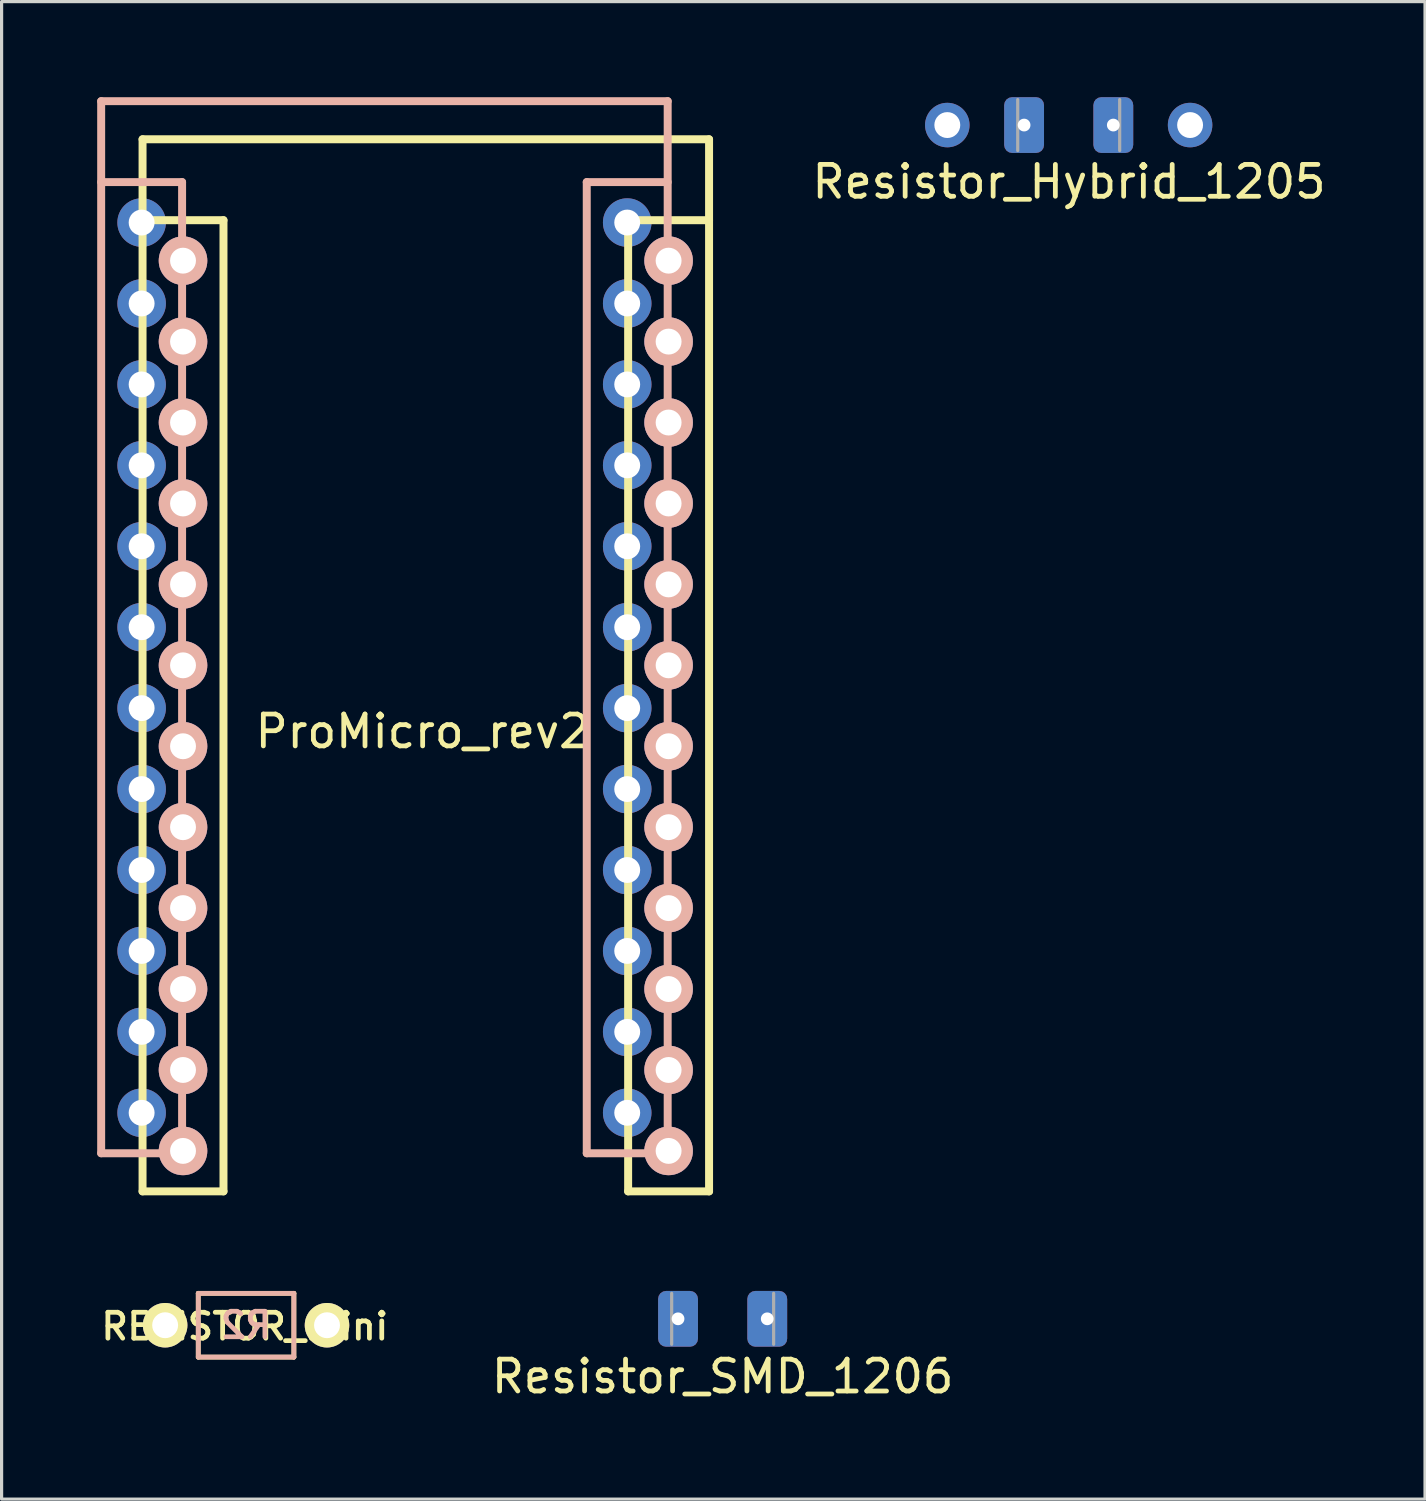
<source format=kicad_pcb>
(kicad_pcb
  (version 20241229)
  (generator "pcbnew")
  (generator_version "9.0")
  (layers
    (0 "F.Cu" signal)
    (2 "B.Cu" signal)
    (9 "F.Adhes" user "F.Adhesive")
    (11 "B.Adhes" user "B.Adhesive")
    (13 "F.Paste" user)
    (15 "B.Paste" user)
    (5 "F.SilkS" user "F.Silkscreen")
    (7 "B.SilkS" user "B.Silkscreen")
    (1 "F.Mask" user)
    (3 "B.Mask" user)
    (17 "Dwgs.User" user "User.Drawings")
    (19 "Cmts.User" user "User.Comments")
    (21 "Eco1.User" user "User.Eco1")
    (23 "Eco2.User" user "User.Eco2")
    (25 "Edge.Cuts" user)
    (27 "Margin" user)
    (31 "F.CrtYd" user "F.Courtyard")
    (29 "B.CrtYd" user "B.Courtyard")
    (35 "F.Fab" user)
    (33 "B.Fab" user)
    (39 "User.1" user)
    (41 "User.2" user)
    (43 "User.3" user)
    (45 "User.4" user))
  (footprint "Resistor_Hybrid_1205"
    (layer "F.Cu")
    (at 30.491 0.875)
    (property "Reference" "Resistor_Hybrid_1205" (at 0.01 1.78 0) (layer "F.SilkS") (effects (font (size 1 1) (thickness 0.15))))
    (attr through_hole)
    (fp_line (start -1.6 0.8) (end -1.6 -0.8) (stroke (width 0.1) (type solid)) (layer "F.Fab"))
    (fp_line (start 1.6 -0.8) (end 1.6 0.8) (stroke (width 0.1) (type solid)) (layer "F.Fab"))
    (pad "1" thru_hole circle (at -3.81 0) (size 1.397 1.397) (drill 0.813) (layers "*.Cu" "*.Mask"))
    (pad "1" thru_hole circle (at -1.4 0) (size 0.8 0.8) (drill 0.4) (layers "*.Cu" "*.Mask"))
    (pad "1" smd roundrect (at -1.4 0) (size 1.25 1.75) (layers "F.Cu" "F.Mask" "F.Paste") (roundrect_rratio 0.2))
    (pad "1" smd roundrect (at -1.4 0) (size 1.25 1.75) (layers "B.Cu" "B.Mask" "B.Paste") (roundrect_rratio 0.2))
    (pad "2" thru_hole circle (at 1.4 0) (size 0.8 0.8) (drill 0.4) (layers "*.Cu" "*.Mask"))
    (pad "2" smd roundrect (at 1.4 0) (size 1.25 1.75) (layers "F.Cu" "F.Mask" "F.Paste") (roundrect_rratio 0.2))
    (pad "2" smd roundrect (at 1.4 0) (size 1.25 1.75) (layers "B.Cu" "B.Mask" "B.Paste") (roundrect_rratio 0.2))
    (pad "2" thru_hole circle (at 3.81 0) (size 1.397 1.397) (drill 0.813) (layers "*.Cu" "*.Mask")))
  (footprint "ProMicro_rev2"
    (layer "F.Cu")
    (at 10.215 18.705)
    (property "Reference" "ProMicro_rev2" (at 0 1.2 0) (layer "F.SilkS") (effects (font (size 1 1) (thickness 0.15))))
    (attr through_hole)
    (fp_line (start -8.791 -17.384) (end -8.791 15.636) (stroke (width 0.25) (type solid)) (layer "F.SilkS"))
    (fp_line (start -8.791 -14.844) (end -8.791 15.636) (stroke (width 0.15) (type solid)) (layer "F.SilkS"))
    (fp_line (start -8.791 15.636) (end -6.251 15.636) (stroke (width 0.25) (type solid)) (layer "F.SilkS"))
    (fp_line (start -6.251 -14.844) (end -8.791 -14.844) (stroke (width 0.25) (type solid)) (layer "F.SilkS"))
    (fp_line (start -6.251 15.636) (end -6.251 -14.844) (stroke (width 0.25) (type solid)) (layer "F.SilkS"))
    (fp_line (start 6.449 -14.844) (end 6.449 15.636) (stroke (width 0.25) (type solid)) (layer "F.SilkS"))
    (fp_line (start 6.449 15.636) (end 8.989 15.636) (stroke (width 0.25) (type solid)) (layer "F.SilkS"))
    (fp_line (start 8.989 -17.384) (end -8.791 -17.384) (stroke (width 0.25) (type solid)) (layer "F.SilkS"))
    (fp_line (start 8.989 -14.844) (end 6.449 -14.844) (stroke (width 0.25) (type solid)) (layer "F.SilkS"))
    (fp_line (start 8.989 15.636) (end 8.989 -17.384) (stroke (width 0.25) (type solid)) (layer "F.SilkS"))
    (fp_line (start 8.989 15.636) (end 8.989 -14.844) (stroke (width 0.15) (type solid)) (layer "F.SilkS"))
    (fp_line (start -10.09 -18.58) (end 7.69 -18.58) (stroke (width 0.25) (type solid)) (layer "B.SilkS"))
    (fp_line (start -10.09 -16.04) (end -7.55 -16.04) (stroke (width 0.25) (type solid)) (layer "B.SilkS"))
    (fp_line (start -10.09 14.44) (end -10.09 -18.58) (stroke (width 0.25) (type solid)) (layer "B.SilkS"))
    (fp_line (start -10.09 14.44) (end -10.09 -16.04) (stroke (width 0.15) (type solid)) (layer "B.SilkS"))
    (fp_line (start -7.55 -16.04) (end -7.55 14.44) (stroke (width 0.25) (type solid)) (layer "B.SilkS"))
    (fp_line (start -7.55 14.44) (end -10.09 14.44) (stroke (width 0.25) (type solid)) (layer "B.SilkS"))
    (fp_line (start 5.15 -16.04) (end 7.69 -16.04) (stroke (width 0.25) (type solid)) (layer "B.SilkS"))
    (fp_line (start 5.15 14.44) (end 5.15 -16.04) (stroke (width 0.25) (type solid)) (layer "B.SilkS"))
    (fp_line (start 7.69 -18.58) (end 7.69 14.44) (stroke (width 0.25) (type solid)) (layer "B.SilkS"))
    (fp_line (start 7.69 -16.04) (end 7.69 14.44) (stroke (width 0.15) (type solid)) (layer "B.SilkS"))
    (fp_line (start 7.69 14.44) (end 5.15 14.44) (stroke (width 0.25) (type solid)) (layer "B.SilkS"))
    (pad "1" thru_hole circle (at -8.82 -14.77) (size 1.524 1.524) (drill 0.813) (layers "*.Cu" "*.Mask"))
    (pad "1" thru_hole circle (at 7.719 -13.574 180) (size 1.524 1.524) (drill 0.813) (layers "*.Cu" "*.Mask" "B.SilkS"))
    (pad "2" thru_hole circle (at -8.82 -12.23) (size 1.524 1.524) (drill 0.813) (layers "*.Cu" "*.Mask"))
    (pad "2" thru_hole circle (at 7.719 -11.034 180) (size 1.524 1.524) (drill 0.813) (layers "*.Cu" "*.Mask" "B.SilkS"))
    (pad "3" thru_hole circle (at -8.82 -9.69) (size 1.524 1.524) (drill 0.813) (layers "*.Cu" "*.Mask"))
    (pad "3" thru_hole circle (at 7.719 -8.494 180) (size 1.524 1.524) (drill 0.813) (layers "*.Cu" "*.Mask" "B.SilkS"))
    (pad "4" thru_hole circle (at -8.82 -7.15) (size 1.524 1.524) (drill 0.813) (layers "*.Cu" "*.Mask"))
    (pad "4" thru_hole circle (at 7.719 -5.954 180) (size 1.524 1.524) (drill 0.813) (layers "*.Cu" "*.Mask" "B.SilkS"))
    (pad "5" thru_hole circle (at -8.82 -4.61) (size 1.524 1.524) (drill 0.813) (layers "*.Cu" "*.Mask"))
    (pad "5" thru_hole circle (at 7.719 -3.414 180) (size 1.524 1.524) (drill 0.813) (layers "*.Cu" "*.Mask" "B.SilkS"))
    (pad "6" thru_hole circle (at -8.82 -2.07) (size 1.524 1.524) (drill 0.813) (layers "*.Cu" "*.Mask"))
    (pad "6" thru_hole circle (at 7.719 -0.874 180) (size 1.524 1.524) (drill 0.813) (layers "*.Cu" "*.Mask" "B.SilkS"))
    (pad "7" thru_hole circle (at -8.82 0.47) (size 1.524 1.524) (drill 0.813) (layers "*.Cu" "*.Mask"))
    (pad "7" thru_hole circle (at 7.719 1.666 180) (size 1.524 1.524) (drill 0.813) (layers "*.Cu" "*.Mask" "B.SilkS"))
    (pad "8" thru_hole circle (at -8.82 3.01) (size 1.524 1.524) (drill 0.813) (layers "*.Cu" "*.Mask"))
    (pad "8" thru_hole circle (at 7.719 4.206 180) (size 1.524 1.524) (drill 0.813) (layers "*.Cu" "*.Mask" "B.SilkS"))
    (pad "9" thru_hole circle (at -8.82 5.55) (size 1.524 1.524) (drill 0.813) (layers "*.Cu" "*.Mask"))
    (pad "9" thru_hole circle (at 7.719 6.746 180) (size 1.524 1.524) (drill 0.813) (layers "*.Cu" "*.Mask" "B.SilkS"))
    (pad "10" thru_hole circle (at -8.82 8.09) (size 1.524 1.524) (drill 0.813) (layers "*.Cu" "*.Mask"))
    (pad "10" thru_hole circle (at 7.719 9.286 180) (size 1.524 1.524) (drill 0.813) (layers "*.Cu" "*.Mask" "B.SilkS"))
    (pad "11" thru_hole circle (at -8.82 10.63) (size 1.524 1.524) (drill 0.813) (layers "*.Cu" "*.Mask"))
    (pad "11" thru_hole circle (at 7.719 11.826 180) (size 1.524 1.524) (drill 0.813) (layers "*.Cu" "*.Mask" "B.SilkS"))
    (pad "12" thru_hole circle (at -8.82 13.17) (size 1.524 1.524) (drill 0.813) (layers "*.Cu" "*.Mask"))
    (pad "12" thru_hole circle (at 7.719 14.366 180) (size 1.524 1.524) (drill 0.813) (layers "*.Cu" "*.Mask" "B.SilkS"))
    (pad "13" thru_hole circle (at -7.521 14.366 180) (size 1.524 1.524) (drill 0.813) (layers "*.Cu" "*.Mask" "B.SilkS"))
    (pad "13" thru_hole circle (at 6.42 13.17) (size 1.524 1.524) (drill 0.813) (layers "*.Cu" "*.Mask"))
    (pad "14" thru_hole circle (at -7.521 11.826 180) (size 1.524 1.524) (drill 0.813) (layers "*.Cu" "*.Mask" "B.SilkS"))
    (pad "14" thru_hole circle (at 6.42 10.63) (size 1.524 1.524) (drill 0.813) (layers "*.Cu" "*.Mask"))
    (pad "15" thru_hole circle (at -7.521 9.286 180) (size 1.524 1.524) (drill 0.813) (layers "*.Cu" "*.Mask" "B.SilkS"))
    (pad "15" thru_hole circle (at 6.42 8.09) (size 1.524 1.524) (drill 0.813) (layers "*.Cu" "*.Mask"))
    (pad "16" thru_hole circle (at -7.521 6.746 180) (size 1.524 1.524) (drill 0.813) (layers "*.Cu" "*.Mask" "B.SilkS"))
    (pad "16" thru_hole circle (at 6.42 5.55) (size 1.524 1.524) (drill 0.813) (layers "*.Cu" "*.Mask"))
    (pad "17" thru_hole circle (at -7.521 4.206 180) (size 1.524 1.524) (drill 0.813) (layers "*.Cu" "*.Mask" "B.SilkS"))
    (pad "17" thru_hole circle (at 6.42 3.01) (size 1.524 1.524) (drill 0.813) (layers "*.Cu" "*.Mask"))
    (pad "18" thru_hole circle (at -7.521 1.666 180) (size 1.524 1.524) (drill 0.813) (layers "*.Cu" "*.Mask" "B.SilkS"))
    (pad "18" thru_hole circle (at 6.42 0.47) (size 1.524 1.524) (drill 0.813) (layers "*.Cu" "*.Mask"))
    (pad "19" thru_hole circle (at -7.521 -0.874 180) (size 1.524 1.524) (drill 0.813) (layers "*.Cu" "*.Mask" "B.SilkS"))
    (pad "19" thru_hole circle (at 6.42 -2.07) (size 1.524 1.524) (drill 0.813) (layers "*.Cu" "*.Mask"))
    (pad "20" thru_hole circle (at -7.521 -3.414 180) (size 1.524 1.524) (drill 0.813) (layers "*.Cu" "*.Mask" "B.SilkS"))
    (pad "20" thru_hole circle (at 6.42 -4.61) (size 1.524 1.524) (drill 0.813) (layers "*.Cu" "*.Mask"))
    (pad "21" thru_hole circle (at -7.521 -5.954 180) (size 1.524 1.524) (drill 0.813) (layers "*.Cu" "*.Mask" "B.SilkS"))
    (pad "21" thru_hole circle (at 6.42 -7.15) (size 1.524 1.524) (drill 0.813) (layers "*.Cu" "*.Mask"))
    (pad "22" thru_hole circle (at -7.521 -8.494 180) (size 1.524 1.524) (drill 0.813) (layers "*.Cu" "*.Mask" "B.SilkS"))
    (pad "22" thru_hole circle (at 6.42 -9.69) (size 1.524 1.524) (drill 0.813) (layers "*.Cu" "*.Mask"))
    (pad "23" thru_hole circle (at -7.521 -11.034 180) (size 1.524 1.524) (drill 0.813) (layers "*.Cu" "*.Mask" "B.SilkS"))
    (pad "23" thru_hole circle (at 6.42 -12.23) (size 1.524 1.524) (drill 0.813) (layers "*.Cu" "*.Mask"))
    (pad "24" thru_hole circle (at -7.521 -13.574 180) (size 1.524 1.524) (drill 0.813) (layers "*.Cu" "*.Mask" "B.SilkS"))
    (pad "24" thru_hole circle (at 6.42 -14.77) (size 1.524 1.524) (drill 0.813) (layers "*.Cu" "*.Mask")))
  (footprint "Resistor_SMD_1206"
    (layer "F.Cu")
    (at 19.63 38.341)
    (property "Reference" "Resistor_SMD_1206" (at 0 1.81 0) (layer "F.SilkS") (effects (font (size 1 1) (thickness 0.15))))
    (attr through_hole)
    (fp_line (start -1.6 0.8) (end -1.6 -0.8) (stroke (width 0.1) (type solid)) (layer "F.Fab"))
    (fp_line (start 1.6 -0.8) (end 1.6 0.8) (stroke (width 0.1) (type solid)) (layer "F.Fab"))
    (pad "1" thru_hole circle (at -1.4 0) (size 0.8 0.8) (drill 0.4) (layers "*.Cu" "*.Mask"))
    (pad "1" smd roundrect (at -1.4 0) (size 1.25 1.75) (layers "F.Cu" "F.Mask" "F.Paste") (roundrect_rratio 0.2))
    (pad "1" smd roundrect (at -1.4 0) (size 1.25 1.75) (layers "B.Cu" "B.Mask" "B.Paste") (roundrect_rratio 0.2))
    (pad "2" thru_hole circle (at 1.4 0) (size 0.8 0.8) (drill 0.4) (layers "*.Cu" "*.Mask"))
    (pad "2" smd roundrect (at 1.4 0) (size 1.25 1.75) (layers "F.Cu" "F.Mask" "F.Paste") (roundrect_rratio 0.2))
    (pad "2" smd roundrect (at 1.4 0) (size 1.25 1.75) (layers "B.Cu" "B.Mask" "B.Paste") (roundrect_rratio 0.2)))
  (footprint "RESISTOR_mini"
    (layer "F.Cu")
    (at 4.673 38.542)
    (property "Reference" "RESISTOR_mini" (at -0.039 0.038 0) (layer "F.SilkS") (effects (font (size 0.813 0.813) (thickness 0.15))))
    (attr through_hole)
    (fp_line (start -1.501 -1.001) (end -1.501 1.001) (stroke (width 0.15) (type solid)) (layer "F.SilkS"))
    (fp_line (start -1.501 1.001) (end 1.501 1.001) (stroke (width 0.15) (type solid)) (layer "F.SilkS"))
    (fp_line (start 1.501 -1.001) (end -1.501 -1.001) (stroke (width 0.15) (type solid)) (layer "F.SilkS"))
    (fp_line (start 1.501 1.001) (end 1.501 -1.001) (stroke (width 0.15) (type solid)) (layer "F.SilkS"))
    (fp_line (start -1.5 -1) (end 1.5 -1) (stroke (width 0.15) (type solid)) (layer "B.SilkS"))
    (fp_line (start -1.5 1) (end -1.5 -1) (stroke (width 0.15) (type solid)) (layer "B.SilkS"))
    (fp_line (start 1.5 -1) (end 1.5 1) (stroke (width 0.15) (type solid)) (layer "B.SilkS"))
    (fp_line (start 1.5 1) (end -1.5 1) (stroke (width 0.15) (type solid)) (layer "B.SilkS"))
    (fp_text user "R2" (at 0 0 0) (layer "B.SilkS") (effects (font (size 0.8 0.8) (thickness 0.15)) (justify mirror)))
    (pad "1" thru_hole circle (at -2.54 0) (size 1.397 1.397) (drill 0.813) (layers "*.Cu" "*.Mask" "F.SilkS"))
    (pad "2" thru_hole circle (at 2.54 0) (size 1.397 1.397) (drill 0.813) (layers "*.Cu" "*.Mask" "F.SilkS")))
  (gr_rect
    (start -3 -3)
    (end 41.674 43.999)
    (stroke (width 0.1) (type default))
    (fill no)
    (layer "Edge.Cuts")))
</source>
